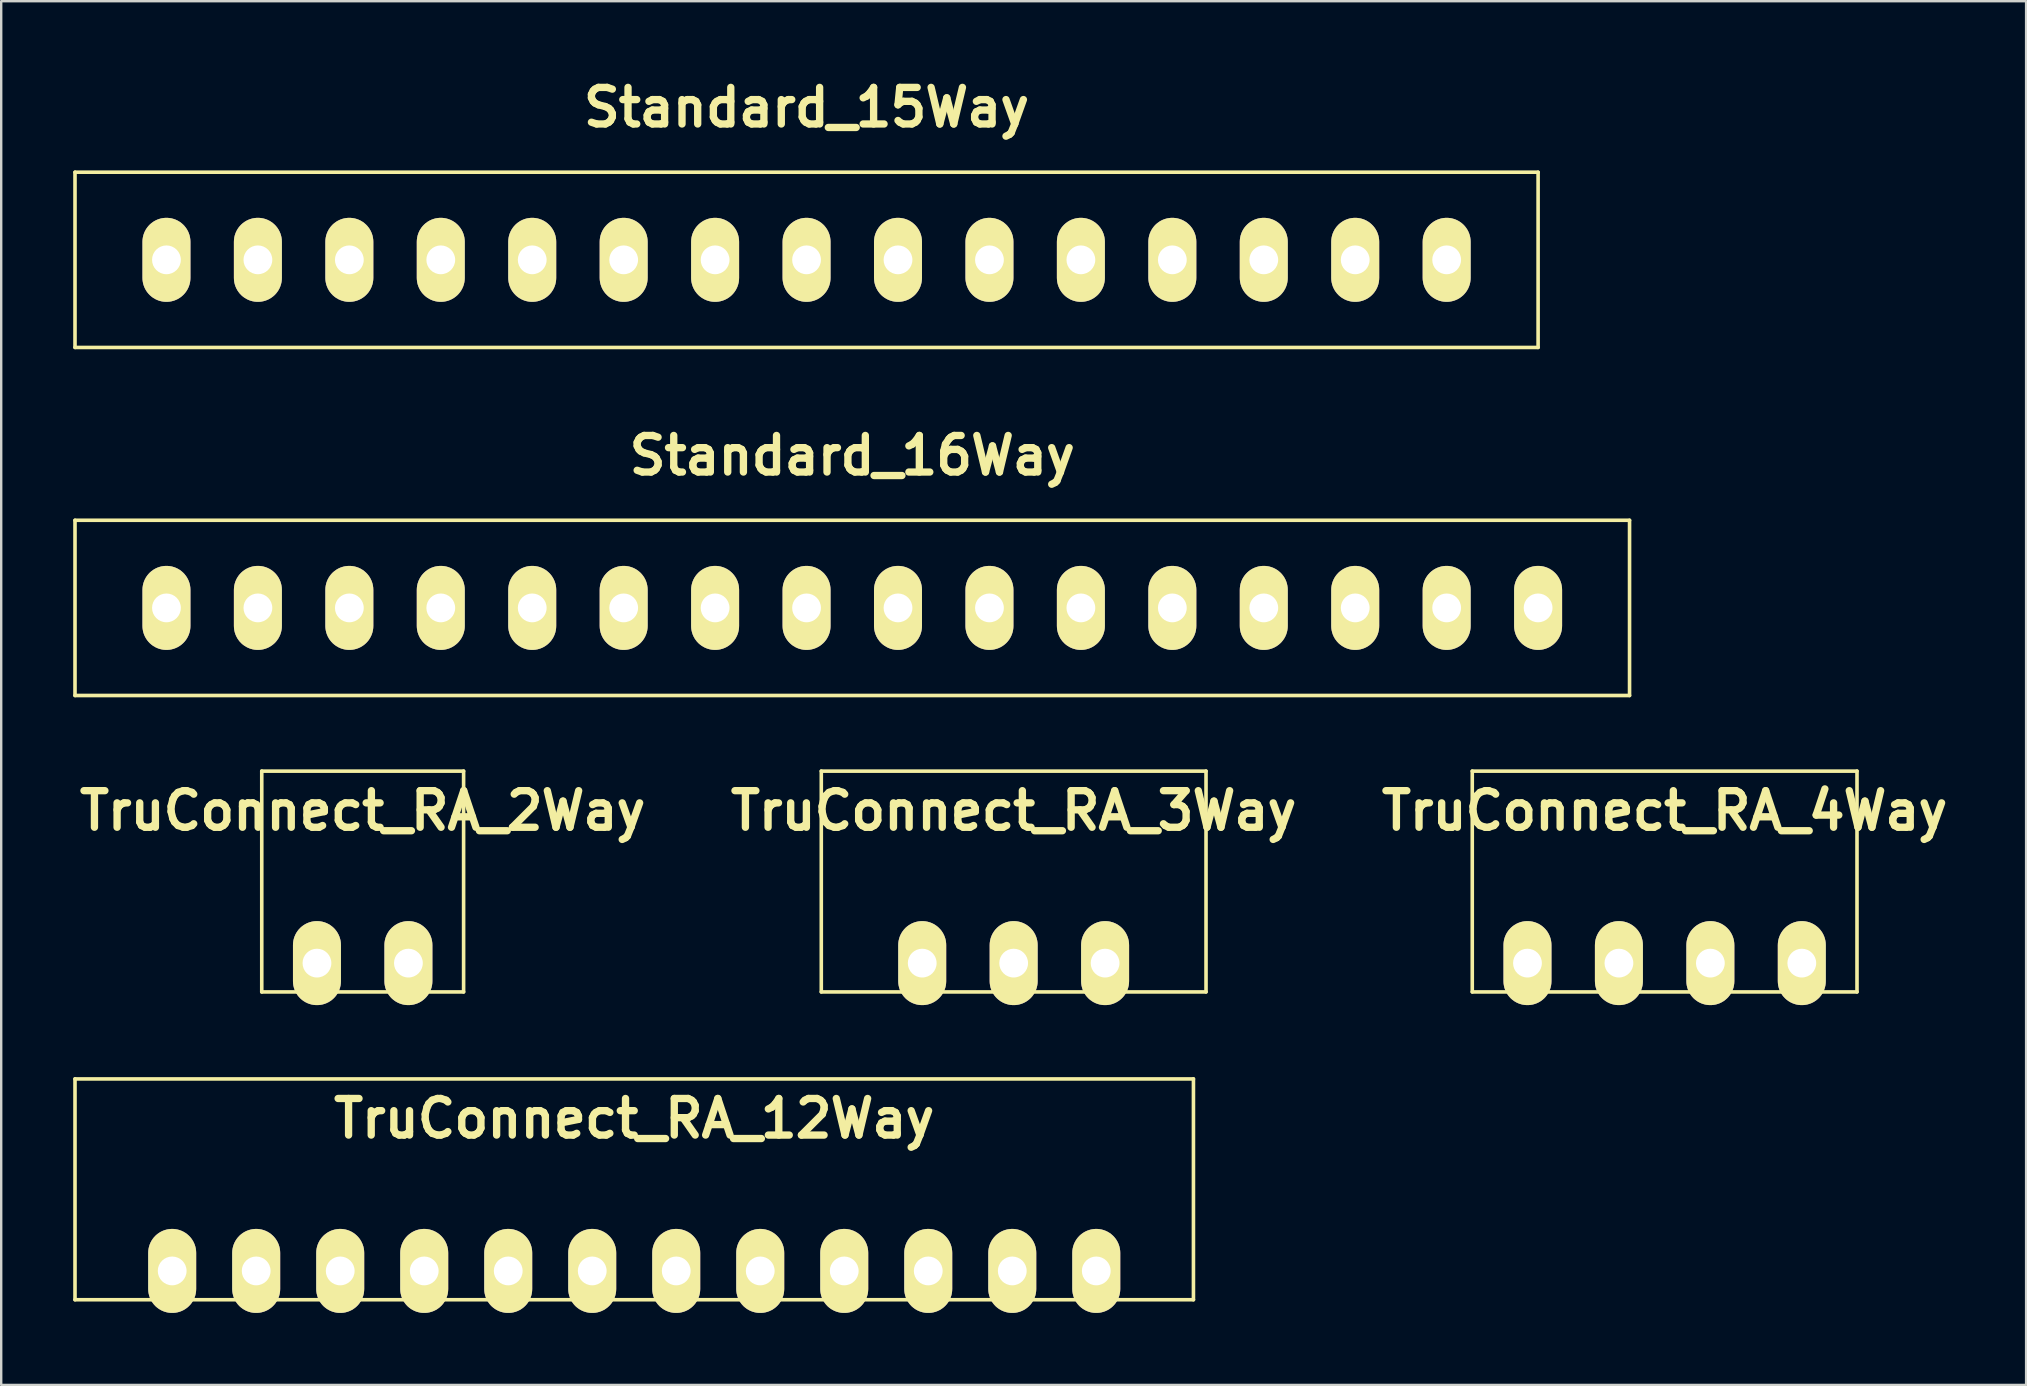
<source format=kicad_pcb>
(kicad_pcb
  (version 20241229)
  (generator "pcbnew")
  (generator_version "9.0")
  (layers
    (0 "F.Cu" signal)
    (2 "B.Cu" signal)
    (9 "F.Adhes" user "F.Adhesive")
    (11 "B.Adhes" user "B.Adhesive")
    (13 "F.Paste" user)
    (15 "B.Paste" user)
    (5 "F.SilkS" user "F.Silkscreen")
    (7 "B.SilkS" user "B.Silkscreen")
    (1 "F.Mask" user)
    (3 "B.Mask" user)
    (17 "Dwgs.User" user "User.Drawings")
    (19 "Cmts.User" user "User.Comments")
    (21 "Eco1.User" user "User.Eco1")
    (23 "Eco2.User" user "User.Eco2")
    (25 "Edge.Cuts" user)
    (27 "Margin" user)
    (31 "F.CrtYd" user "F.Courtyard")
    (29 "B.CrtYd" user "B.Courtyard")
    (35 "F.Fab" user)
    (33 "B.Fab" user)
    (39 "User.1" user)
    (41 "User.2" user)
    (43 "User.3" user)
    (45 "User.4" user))
  (footprint "TruConnect_RA_2Way"
    (layer "F.Cu")
    (at 12.061 37.078)
    (property "Reference" "TruConnect_RA_2Way" (at 0 -6.35 180) (layer "F.SilkS") (effects (font (size 1.524 1.524) (thickness 0.305))))
    (attr through_hole)
    (fp_line (start -4.205 -8) (end -4.205 1.2) (stroke (width 0.15) (type solid)) (layer "F.SilkS"))
    (fp_line (start -4.205 1.2) (end 4.205 1.2) (stroke (width 0.15) (type solid)) (layer "F.SilkS"))
    (fp_line (start 4.205 -8) (end -4.205 -8) (stroke (width 0.15) (type solid)) (layer "F.SilkS"))
    (fp_line (start 4.205 1.2) (end 4.205 -8) (stroke (width 0.15) (type solid)) (layer "F.SilkS"))
    (pad "1" thru_hole oval (at -1.905 0) (size 1.999 3.5) (drill 1.199) (layers "*.Cu" "*.Mask" "F.SilkS"))
    (pad "2" thru_hole oval (at 1.905 0) (size 1.999 3.5) (drill 1.199) (layers "*.Cu" "*.Mask" "F.SilkS")))
  (footprint "TruConnect_RA_3Way"
    (layer "F.Cu")
    (at 39.184 37.078)
    (property "Reference" "TruConnect_RA_3Way" (at 0 -6.35 180) (layer "F.SilkS") (effects (font (size 1.524 1.524) (thickness 0.305))))
    (attr through_hole)
    (fp_line (start -8.015 -8) (end -8.015 1.2) (stroke (width 0.15) (type solid)) (layer "F.SilkS"))
    (fp_line (start -8.015 1.2) (end 8.015 1.2) (stroke (width 0.15) (type solid)) (layer "F.SilkS"))
    (fp_line (start 8.015 -8) (end -8.015 -8) (stroke (width 0.15) (type solid)) (layer "F.SilkS"))
    (fp_line (start 8.015 1.2) (end 8.015 -8) (stroke (width 0.15) (type solid)) (layer "F.SilkS"))
    (pad "1" thru_hole oval (at -3.81 0) (size 1.999 3.5) (drill 1.199) (layers "*.Cu" "*.Mask" "F.SilkS"))
    (pad "2" thru_hole oval (at 0 0) (size 1.999 3.5) (drill 1.199) (layers "*.Cu" "*.Mask" "F.SilkS"))
    (pad "3" thru_hole oval (at 3.81 0) (size 1.999 3.5) (drill 1.199) (layers "*.Cu" "*.Mask" "F.SilkS")))
  (footprint "TruConnect_RA_4Way"
    (layer "F.Cu")
    (at 66.307 37.078)
    (property "Reference" "TruConnect_RA_4Way" (at 0 -6.35 180) (layer "F.SilkS") (effects (font (size 1.524 1.524) (thickness 0.305))))
    (attr through_hole)
    (fp_line (start -8.015 -8) (end -8.015 1.2) (stroke (width 0.15) (type solid)) (layer "F.SilkS"))
    (fp_line (start -8.015 1.2) (end 8.015 1.2) (stroke (width 0.15) (type solid)) (layer "F.SilkS"))
    (fp_line (start 8.015 -8) (end -8.015 -8) (stroke (width 0.15) (type solid)) (layer "F.SilkS"))
    (fp_line (start 8.015 1.2) (end 8.015 -8) (stroke (width 0.15) (type solid)) (layer "F.SilkS"))
    (pad "1" thru_hole oval (at -5.715 0) (size 1.999 3.5) (drill 1.199) (layers "*.Cu" "*.Mask" "F.SilkS"))
    (pad "2" thru_hole oval (at -1.905 0) (size 1.999 3.5) (drill 1.199) (layers "*.Cu" "*.Mask" "F.SilkS"))
    (pad "3" thru_hole oval (at 1.905 0) (size 1.999 3.5) (drill 1.199) (layers "*.Cu" "*.Mask" "F.SilkS"))
    (pad "4" thru_hole oval (at 5.715 0) (size 1.999 3.5) (drill 1.199) (layers "*.Cu" "*.Mask" "F.SilkS")))
  (footprint "TruConnect_RA_12Way"
    (layer "F.Cu")
    (at 23.375 49.903)
    (property "Reference" "TruConnect_RA_12Way" (at 0 -6.35 180) (layer "F.SilkS") (effects (font (size 1.524 1.524) (thickness 0.305))))
    (attr through_hole)
    (fp_line (start -23.3 -8) (end -23.3 1.2) (stroke (width 0.15) (type solid)) (layer "F.SilkS"))
    (fp_line (start -23.3 1.2) (end 23.3 1.2) (stroke (width 0.15) (type solid)) (layer "F.SilkS"))
    (fp_line (start 23.3 -8) (end -23.3 -8) (stroke (width 0.15) (type solid)) (layer "F.SilkS"))
    (fp_line (start 23.3 1.2) (end 23.3 -8) (stroke (width 0.15) (type solid)) (layer "F.SilkS"))
    (pad "1" thru_hole oval (at -19.251 0) (size 1.999 3.5) (drill 1.199) (layers "*.Cu" "*.Mask" "F.SilkS"))
    (pad "2" thru_hole oval (at -15.751 0) (size 1.999 3.5) (drill 1.199) (layers "*.Cu" "*.Mask" "F.SilkS"))
    (pad "3" thru_hole oval (at -12.25 0) (size 1.999 3.5) (drill 1.199) (layers "*.Cu" "*.Mask" "F.SilkS"))
    (pad "4" thru_hole oval (at -8.75 0) (size 1.999 3.5) (drill 1.199) (layers "*.Cu" "*.Mask" "F.SilkS"))
    (pad "5" thru_hole oval (at -5.25 0) (size 1.999 3.5) (drill 1.199) (layers "*.Cu" "*.Mask" "F.SilkS"))
    (pad "6" thru_hole oval (at -1.75 0) (size 1.999 3.5) (drill 1.199) (layers "*.Cu" "*.Mask" "F.SilkS"))
    (pad "7" thru_hole oval (at 1.75 0) (size 1.999 3.5) (drill 1.199) (layers "*.Cu" "*.Mask" "F.SilkS"))
    (pad "8" thru_hole oval (at 5.25 0) (size 1.999 3.5) (drill 1.199) (layers "*.Cu" "*.Mask" "F.SilkS"))
    (pad "9" thru_hole oval (at 8.75 0) (size 1.999 3.5) (drill 1.199) (layers "*.Cu" "*.Mask" "F.SilkS"))
    (pad "10" thru_hole oval (at 12.25 0) (size 1.999 3.5) (drill 1.199) (layers "*.Cu" "*.Mask" "F.SilkS"))
    (pad "11" thru_hole oval (at 15.751 0) (size 1.999 3.5) (drill 1.199) (layers "*.Cu" "*.Mask" "F.SilkS"))
    (pad "12" thru_hole oval (at 19.251 0) (size 1.999 3.5) (drill 1.199) (layers "*.Cu" "*.Mask" "F.SilkS")))
  (footprint "Standard_16Way"
    (layer "F.Cu")
    (at 32.46 22.278)
    (property "Reference" "Standard_16Way" (at 0 -6.35 180) (layer "F.SilkS") (effects (font (size 1.524 1.524) (thickness 0.305))))
    (attr through_hole)
    (fp_line (start -32.385 -3.65) (end -32.385 3.65) (stroke (width 0.15) (type solid)) (layer "F.SilkS"))
    (fp_line (start -32.385 -3.65) (end 32.385 -3.65) (stroke (width 0.15) (type solid)) (layer "F.SilkS"))
    (fp_line (start -32.385 3.65) (end 32.385 3.65) (stroke (width 0.15) (type solid)) (layer "F.SilkS"))
    (fp_line (start 32.385 3.65) (end 32.385 -3.65) (stroke (width 0.15) (type solid)) (layer "F.SilkS"))
    (pad "1" thru_hole oval (at -28.575 0) (size 1.999 3.5) (drill 1.199) (layers "*.Cu" "*.Mask" "F.SilkS"))
    (pad "2" thru_hole oval (at -24.765 0) (size 1.999 3.5) (drill 1.199) (layers "*.Cu" "*.Mask" "F.SilkS"))
    (pad "3" thru_hole oval (at -20.955 0) (size 1.999 3.5) (drill 1.199) (layers "*.Cu" "*.Mask" "F.SilkS"))
    (pad "4" thru_hole oval (at -17.145 0) (size 1.999 3.5) (drill 1.199) (layers "*.Cu" "*.Mask" "F.SilkS"))
    (pad "5" thru_hole oval (at -13.335 0) (size 1.999 3.5) (drill 1.199) (layers "*.Cu" "*.Mask" "F.SilkS"))
    (pad "6" thru_hole oval (at -9.525 0) (size 1.999 3.5) (drill 1.199) (layers "*.Cu" "*.Mask" "F.SilkS"))
    (pad "7" thru_hole oval (at -5.715 0) (size 1.999 3.5) (drill 1.199) (layers "*.Cu" "*.Mask" "F.SilkS"))
    (pad "8" thru_hole oval (at -1.905 0) (size 1.999 3.5) (drill 1.199) (layers "*.Cu" "*.Mask" "F.SilkS"))
    (pad "9" thru_hole oval (at 1.905 0) (size 1.999 3.5) (drill 1.199) (layers "*.Cu" "*.Mask" "F.SilkS"))
    (pad "10" thru_hole oval (at 5.715 0) (size 1.999 3.5) (drill 1.199) (layers "*.Cu" "*.Mask" "F.SilkS"))
    (pad "11" thru_hole oval (at 9.525 0) (size 1.999 3.5) (drill 1.199) (layers "*.Cu" "*.Mask" "F.SilkS"))
    (pad "12" thru_hole oval (at 13.335 0) (size 1.999 3.5) (drill 1.199) (layers "*.Cu" "*.Mask" "F.SilkS"))
    (pad "13" thru_hole oval (at 17.145 0) (size 1.999 3.5) (drill 1.199) (layers "*.Cu" "*.Mask" "F.SilkS"))
    (pad "14" thru_hole oval (at 20.955 0) (size 1.999 3.5) (drill 1.199) (layers "*.Cu" "*.Mask" "F.SilkS"))
    (pad "15" thru_hole oval (at 24.765 0) (size 1.999 3.5) (drill 1.199) (layers "*.Cu" "*.Mask" "F.SilkS"))
    (pad "16" thru_hole oval (at 28.575 0) (size 1.999 3.5) (drill 1.199) (layers "*.Cu" "*.Mask" "F.SilkS")))
  (footprint "Standard_15Way"
    (layer "F.Cu")
    (at 30.555 7.776)
    (property "Reference" "Standard_15Way" (at 0 -6.35 180) (layer "F.SilkS") (effects (font (size 1.524 1.524) (thickness 0.305))))
    (attr through_hole)
    (fp_line (start -30.48 -3.65) (end -30.48 3.65) (stroke (width 0.15) (type solid)) (layer "F.SilkS"))
    (fp_line (start -30.48 -3.65) (end 30.48 -3.65) (stroke (width 0.15) (type solid)) (layer "F.SilkS"))
    (fp_line (start -30.48 3.65) (end 30.48 3.65) (stroke (width 0.15) (type solid)) (layer "F.SilkS"))
    (fp_line (start 30.48 3.65) (end 30.48 -3.65) (stroke (width 0.15) (type solid)) (layer "F.SilkS"))
    (pad "1" thru_hole oval (at -26.67 0) (size 1.999 3.5) (drill 1.199) (layers "*.Cu" "*.Mask" "F.SilkS"))
    (pad "2" thru_hole oval (at -22.86 0) (size 1.999 3.5) (drill 1.199) (layers "*.Cu" "*.Mask" "F.SilkS"))
    (pad "3" thru_hole oval (at -19.05 0) (size 1.999 3.5) (drill 1.199) (layers "*.Cu" "*.Mask" "F.SilkS"))
    (pad "4" thru_hole oval (at -15.24 0) (size 1.999 3.5) (drill 1.199) (layers "*.Cu" "*.Mask" "F.SilkS"))
    (pad "5" thru_hole oval (at -11.43 0) (size 1.999 3.5) (drill 1.199) (layers "*.Cu" "*.Mask" "F.SilkS"))
    (pad "6" thru_hole oval (at -7.62 0) (size 1.999 3.5) (drill 1.199) (layers "*.Cu" "*.Mask" "F.SilkS"))
    (pad "7" thru_hole oval (at -3.81 0) (size 1.999 3.5) (drill 1.199) (layers "*.Cu" "*.Mask" "F.SilkS"))
    (pad "8" thru_hole oval (at 0 0) (size 1.999 3.5) (drill 1.199) (layers "*.Cu" "*.Mask" "F.SilkS"))
    (pad "9" thru_hole oval (at 3.81 0) (size 1.999 3.5) (drill 1.199) (layers "*.Cu" "*.Mask" "F.SilkS"))
    (pad "10" thru_hole oval (at 7.62 0) (size 1.999 3.5) (drill 1.199) (layers "*.Cu" "*.Mask" "F.SilkS"))
    (pad "11" thru_hole oval (at 11.43 0) (size 1.999 3.5) (drill 1.199) (layers "*.Cu" "*.Mask" "F.SilkS"))
    (pad "12" thru_hole oval (at 15.24 0) (size 1.999 3.5) (drill 1.199) (layers "*.Cu" "*.Mask" "F.SilkS"))
    (pad "13" thru_hole oval (at 19.05 0) (size 1.999 3.5) (drill 1.199) (layers "*.Cu" "*.Mask" "F.SilkS"))
    (pad "14" thru_hole oval (at 22.86 0) (size 1.999 3.5) (drill 1.199) (layers "*.Cu" "*.Mask" "F.SilkS"))
    (pad "15" thru_hole oval (at 26.67 0) (size 1.999 3.5) (drill 1.199) (layers "*.Cu" "*.Mask" "F.SilkS")))
  (gr_rect
    (start -3 -3)
    (end 81.368 54.653)
    (stroke (width 0.1) (type default))
    (fill no)
    (layer "Edge.Cuts")))
</source>
